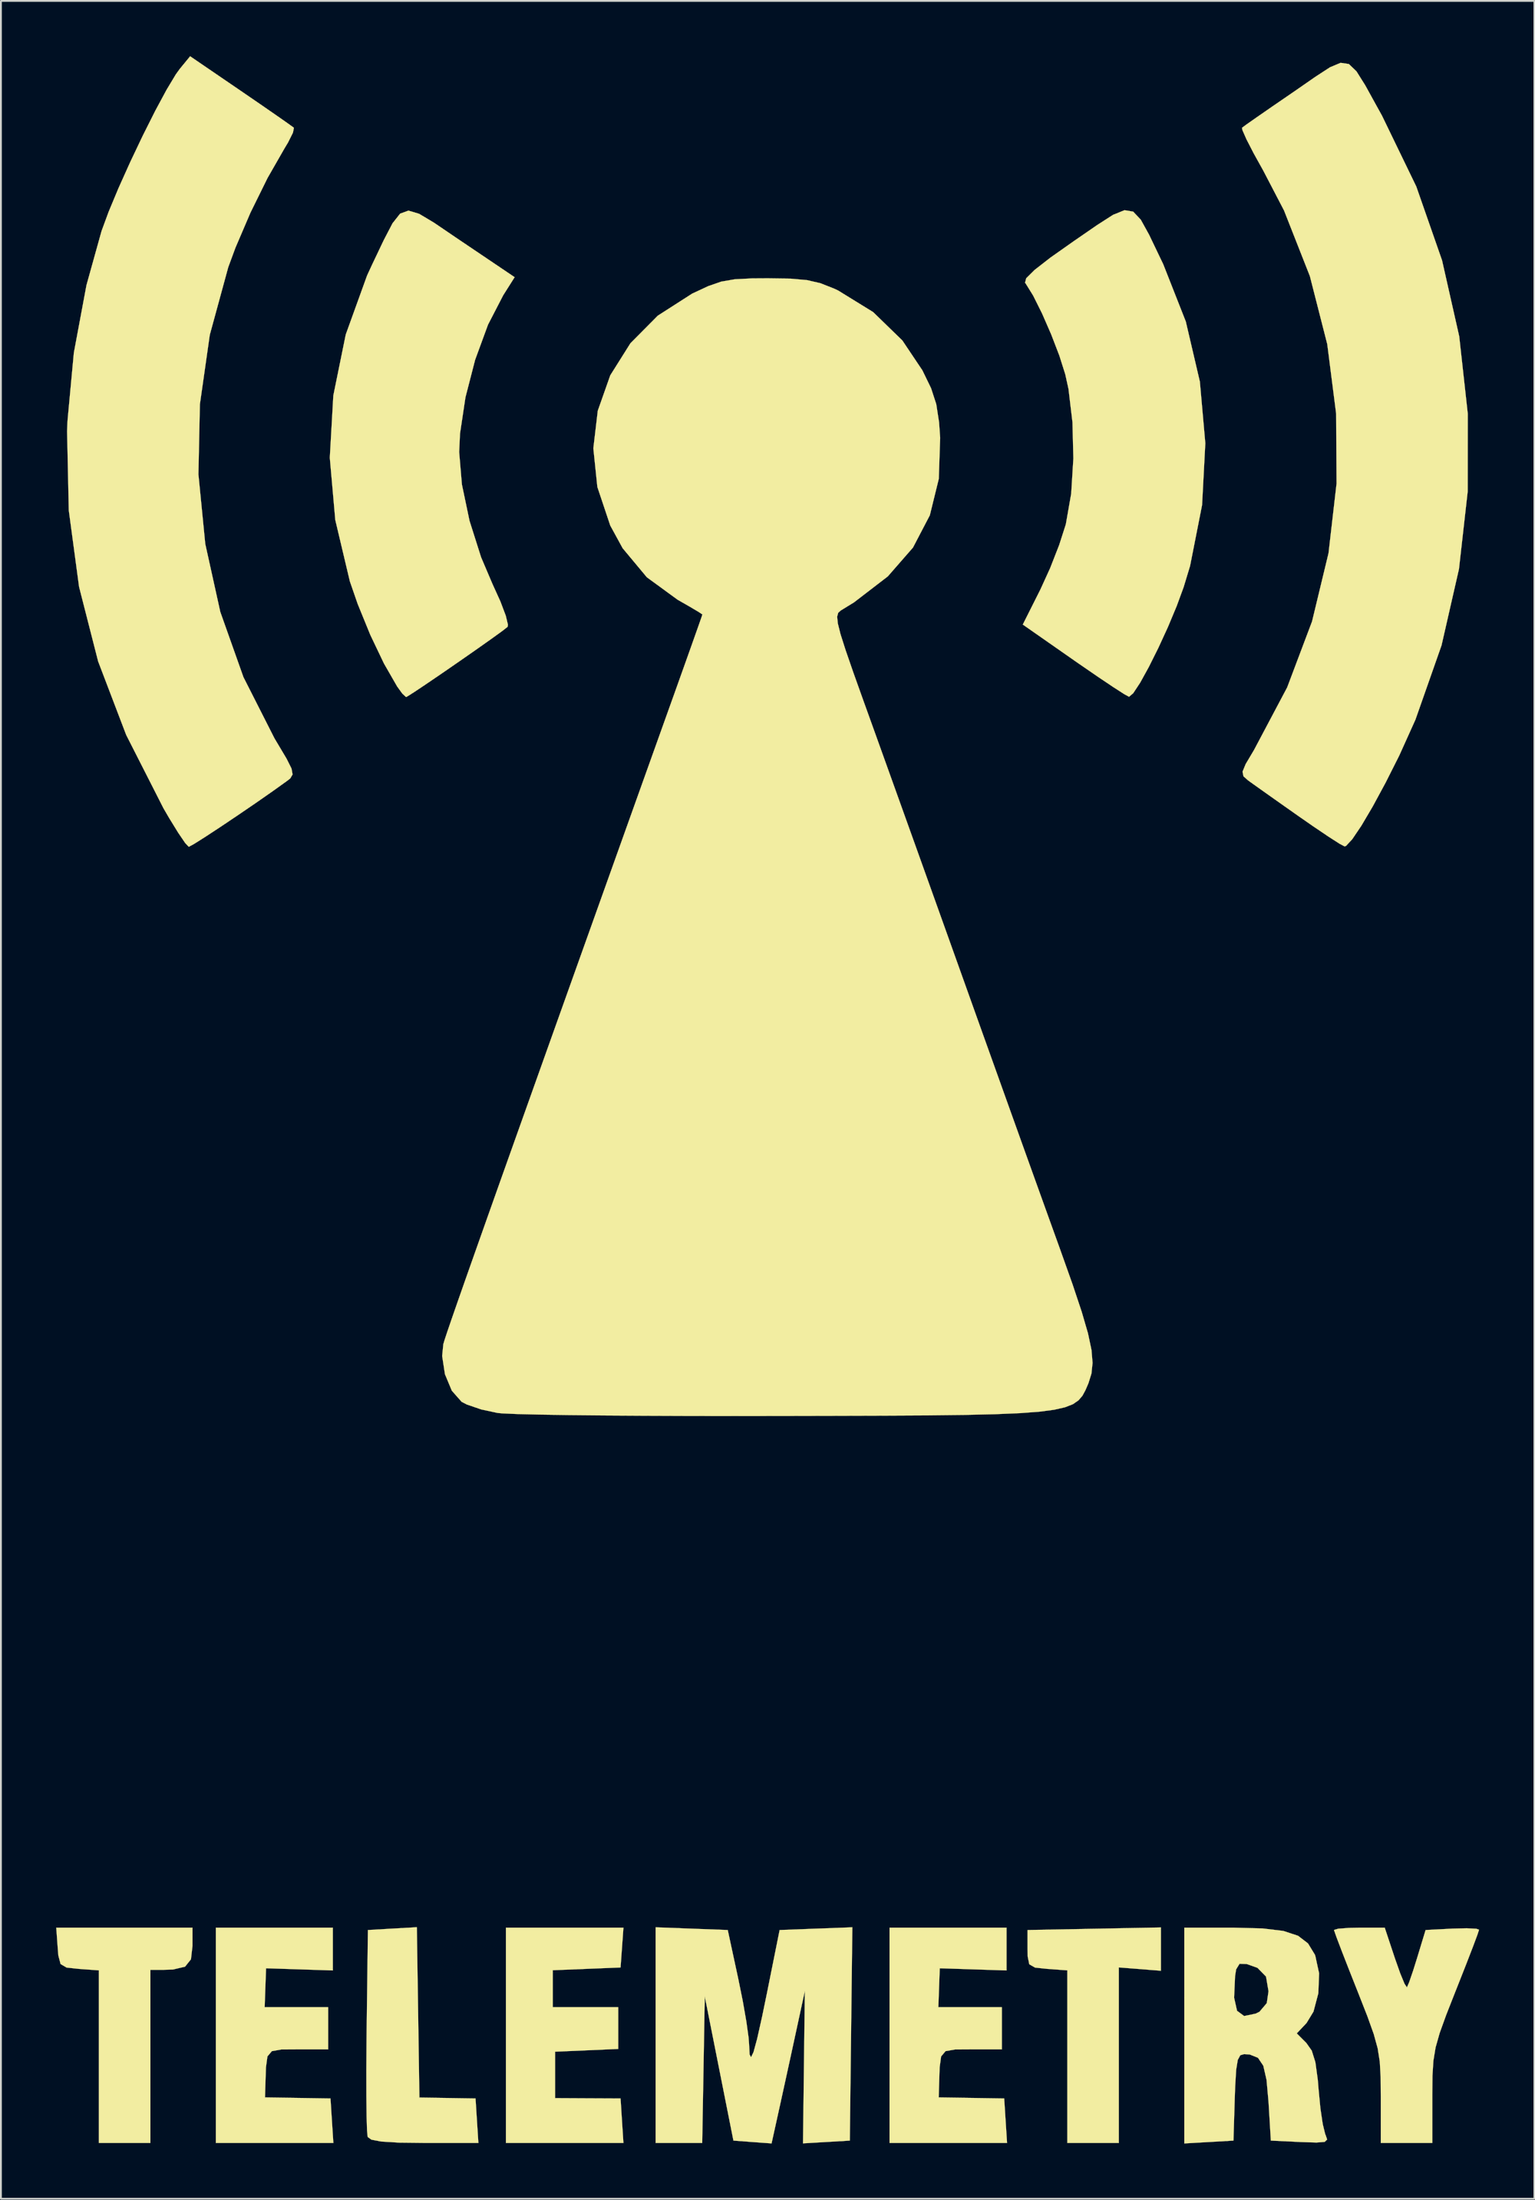
<source format=kicad_pcb>
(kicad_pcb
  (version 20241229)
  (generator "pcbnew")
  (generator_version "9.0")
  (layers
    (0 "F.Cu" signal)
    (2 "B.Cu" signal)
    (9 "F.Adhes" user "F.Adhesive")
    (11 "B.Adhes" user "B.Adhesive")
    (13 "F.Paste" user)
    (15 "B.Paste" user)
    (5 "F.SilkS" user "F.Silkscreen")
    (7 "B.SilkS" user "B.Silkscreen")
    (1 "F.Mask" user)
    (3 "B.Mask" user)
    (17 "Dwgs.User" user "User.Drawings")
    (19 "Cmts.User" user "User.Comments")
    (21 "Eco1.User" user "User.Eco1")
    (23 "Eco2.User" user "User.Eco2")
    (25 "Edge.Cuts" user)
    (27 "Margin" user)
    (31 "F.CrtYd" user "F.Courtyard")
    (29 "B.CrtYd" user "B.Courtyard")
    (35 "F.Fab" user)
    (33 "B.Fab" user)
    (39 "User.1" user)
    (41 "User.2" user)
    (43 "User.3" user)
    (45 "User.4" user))
  (footprint "Telemetry_pic"
    (layer "F.Cu")
    (at 38.642 55.109)
    (property "Reference" "Telemetry_pic" (at 0 0 0) (layer "F.SilkS") (effects (font (size 1.524 1.524) (thickness 0.3))))
    (attr through_hole)
    (fp_poly (pts (xy 21.336 48.819) (xy 20.193 48.728) (xy 19.05 48.637) (xy 19.05 58.166) (xy 16.256 58.166) (xy 16.256 48.797) (xy 15.177 48.719) (xy 14.5 48.647) (xy 14.189 48.468) (xy 14.101 48.036) (xy 14.097 47.625) (xy 14.097 46.609) (xy 21.336 46.468) (xy 21.336 48.819)) (stroke (width 0.01) (type solid)) (fill yes) (layer "F.SilkS"))
    (fp_poly (pts (xy -31.242 47.471) (xy -31.325 48.198) (xy -31.644 48.596) (xy -32.303 48.753) (xy -32.787 48.768) (xy -33.528 48.768) (xy -33.528 58.166) (xy -36.322 58.166) (xy -36.322 48.797) (xy -37.401 48.719) (xy -38.08 48.645) (xy -38.403 48.454) (xy -38.524 47.992) (xy -38.559 47.562) (xy -38.637 46.482) (xy -31.242 46.482) (xy -31.242 47.471)) (stroke (width 0.01) (type solid)) (fill yes) (layer "F.SilkS"))
    (fp_poly (pts (xy -8.001 48.641) (xy -9.842 48.716) (xy -11.684 48.79) (xy -11.684 50.8) (xy -8.128 50.8) (xy -8.128 53.063) (xy -9.842 53.138) (xy -11.557 53.213) (xy -11.557 55.732) (xy -9.779 55.743) (xy -8.001 55.753) (xy -7.924 56.959) (xy -7.846 58.166) (xy -14.224 58.166) (xy -14.224 46.482) (xy -7.845 46.482) (xy -8.001 48.641)) (stroke (width 0.01) (type solid)) (fill yes) (layer "F.SilkS"))
    (fp_poly (pts (xy -18.992 51.078) (xy -18.923 55.701) (xy -15.875 55.753) (xy -15.798 56.959) (xy -15.72 58.166) (xy -18.663 58.166) (xy -20.048 58.148) (xy -20.984 58.091) (xy -21.526 57.989) (xy -21.73 57.842) (xy -21.764 57.502) (xy -21.788 56.732) (xy -21.801 55.614) (xy -21.803 54.225) (xy -21.792 52.646) (xy -21.786 52.064) (xy -21.717 46.609) (xy -20.389 46.532) (xy -19.062 46.456) (xy -18.992 51.078)) (stroke (width 0.01) (type solid)) (fill yes) (layer "F.SilkS"))
    (fp_poly (pts (xy -23.622 48.802) (xy -25.435 48.743) (xy -27.248 48.684) (xy -27.286 49.742) (xy -27.324 50.8) (xy -23.876 50.8) (xy -23.876 53.086) (xy -25.527 53.086) (xy -26.42 53.092) (xy -26.932 53.183) (xy -27.173 53.47) (xy -27.254 54.064) (xy -27.279 54.834) (xy -27.305 55.693) (xy -23.749 55.753) (xy -23.672 56.959) (xy -23.594 58.166) (xy -29.972 58.166) (xy -29.972 46.482) (xy -23.622 46.482) (xy -23.622 48.802)) (stroke (width 0.01) (type solid)) (fill yes) (layer "F.SilkS"))
    (fp_poly (pts (xy 12.954 48.802) (xy 11.141 48.743) (xy 9.328 48.684) (xy 9.29 49.742) (xy 9.252 50.8) (xy 12.7 50.8) (xy 12.7 53.086) (xy 11.049 53.086) (xy 10.156 53.092) (xy 9.644 53.183) (xy 9.403 53.47) (xy 9.322 54.064) (xy 9.297 54.834) (xy 9.271 55.693) (xy 12.827 55.753) (xy 12.904 56.959) (xy 12.982 58.166) (xy 6.604 58.166) (xy 6.604 46.482) (xy 12.954 46.482) (xy 12.954 48.802)) (stroke (width 0.01) (type solid)) (fill yes) (layer "F.SilkS"))
    (fp_poly (pts (xy 4.445 58.039) (xy 3.175 58.114) (xy 1.905 58.189) (xy 1.955 54.05) (xy 2.005 49.911) (xy 1.51 52.197) (xy 1.225 53.513) (xy 0.918 54.918) (xy 0.649 56.145) (xy 0.606 56.338) (xy 0.197 58.192) (xy -0.838 58.116) (xy -1.873 58.039) (xy -2.651 54.123) (xy -3.429 50.207) (xy -3.499 54.187) (xy -3.569 58.166) (xy -6.096 58.166) (xy -6.096 46.461) (xy -4.139 46.535) (xy -2.182 46.609) (xy -1.607 49.276) (xy -1.364 50.476) (xy -1.171 51.582) (xy -1.051 52.443) (xy -1.024 52.811) (xy -0.995 53.366) (xy -0.916 53.514) (xy -0.782 53.234) (xy -0.584 52.508) (xy -0.317 51.315) (xy -0.046 50) (xy 0.635 46.609) (xy 4.582 46.46) (xy 4.445 58.039)) (stroke (width 0.01) (type solid)) (fill yes) (layer "F.SilkS"))
    (fp_poly (pts (xy -18.936 -46.552) (xy -18.126 -46.068) (xy -16.994 -45.299) (xy -16.691 -45.094) (xy -13.752 -43.112) (xy -14.374 -42.128) (xy -15.197 -40.535) (xy -15.897 -38.627) (xy -16.422 -36.592) (xy -16.718 -34.619) (xy -16.764 -33.622) (xy -16.615 -31.86) (xy -16.202 -29.891) (xy -15.573 -27.909) (xy -14.953 -26.454) (xy -14.524 -25.509) (xy -14.232 -24.735) (xy -14.114 -24.241) (xy -14.135 -24.132) (xy -14.438 -23.896) (xy -15.041 -23.461) (xy -15.848 -22.891) (xy -16.764 -22.253) (xy -17.691 -21.613) (xy -18.535 -21.039) (xy -19.199 -20.595) (xy -19.587 -20.349) (xy -19.647 -20.32) (xy -19.848 -20.507) (xy -20.128 -20.892) (xy -20.845 -22.14) (xy -21.588 -23.697) (xy -22.273 -25.375) (xy -22.697 -26.601) (xy -23.488 -29.934) (xy -23.786 -33.313) (xy -23.595 -36.687) (xy -22.92 -40.001) (xy -21.763 -43.203) (xy -21.487 -43.8) (xy -20.856 -45.126) (xy -20.381 -46.039) (xy -19.967 -46.563) (xy -19.517 -46.726) (xy -18.936 -46.552)) (stroke (width 0.01) (type solid)) (fill yes) (layer "F.SilkS"))
    (fp_poly (pts (xy 34.041 48.149) (xy 34.328 48.96) (xy 34.56 49.522) (xy 34.689 49.722) (xy 34.693 49.719) (xy 34.813 49.443) (xy 35.026 48.823) (xy 35.248 48.116) (xy 35.706 46.609) (xy 37.157 46.533) (xy 37.938 46.513) (xy 38.465 46.541) (xy 38.608 46.592) (xy 38.519 46.865) (xy 38.275 47.519) (xy 37.91 48.462) (xy 37.46 49.604) (xy 37.338 49.911) (xy 36.823 51.22) (xy 36.47 52.198) (xy 36.248 52.982) (xy 36.128 53.71) (xy 36.078 54.522) (xy 36.068 55.554) (xy 36.068 55.63) (xy 36.068 58.166) (xy 33.274 58.166) (xy 33.274 55.63) (xy 33.265 54.579) (xy 33.219 53.758) (xy 33.104 53.028) (xy 32.89 52.252) (xy 32.546 51.291) (xy 32.042 50.007) (xy 32.004 49.911) (xy 31.538 48.734) (xy 31.149 47.736) (xy 30.871 47.004) (xy 30.74 46.632) (xy 30.734 46.605) (xy 30.964 46.537) (xy 31.555 46.493) (xy 32.11 46.482) (xy 33.487 46.482) (xy 34.041 48.149)) (stroke (width 0.01) (type solid)) (fill yes) (layer "F.SilkS"))
    (fp_poly (pts (xy 19.829 -46.671) (xy 20.241 -46.236) (xy 20.693 -45.42) (xy 21.279 -44.196) (xy 21.462 -43.815) (xy 22.687 -40.704) (xy 23.45 -37.442) (xy 23.746 -34.099) (xy 23.57 -30.743) (xy 22.919 -27.442) (xy 22.571 -26.293) (xy 22.192 -25.26) (xy 21.719 -24.128) (xy 21.198 -22.994) (xy 20.678 -21.952) (xy 20.207 -21.098) (xy 19.831 -20.528) (xy 19.604 -20.336) (xy 19.343 -20.48) (xy 18.749 -20.862) (xy 17.904 -21.429) (xy 16.89 -22.126) (xy 16.634 -22.304) (xy 13.837 -24.257) (xy 14.794 -26.162) (xy 15.323 -27.322) (xy 15.813 -28.576) (xy 16.162 -29.663) (xy 16.177 -29.718) (xy 16.465 -31.361) (xy 16.583 -33.272) (xy 16.535 -35.236) (xy 16.319 -37.044) (xy 16.143 -37.842) (xy 15.822 -38.855) (xy 15.38 -40.005) (xy 14.884 -41.142) (xy 14.4 -42.113) (xy 13.994 -42.768) (xy 13.959 -42.813) (xy 14.024 -43.057) (xy 14.476 -43.505) (xy 15.333 -44.172) (xy 16.614 -45.075) (xy 16.661 -45.107) (xy 17.872 -45.942) (xy 18.739 -46.498) (xy 19.36 -46.749) (xy 19.829 -46.671)) (stroke (width 0.01) (type solid)) (fill yes) (layer "F.SilkS"))
    (fp_poly (pts (xy 31.54 -54.683) (xy 31.953 -54.286) (xy 32.428 -53.529) (xy 33.058 -52.386) (xy 33.337 -51.882) (xy 35.2 -48.035) (xy 36.599 -44.026) (xy 37.531 -39.9) (xy 37.995 -35.702) (xy 37.991 -31.477) (xy 37.517 -27.27) (xy 36.571 -23.127) (xy 35.153 -19.092) (xy 34.275 -17.145) (xy 33.533 -15.672) (xy 32.835 -14.382) (xy 32.219 -13.337) (xy 31.722 -12.602) (xy 31.385 -12.24) (xy 31.305 -12.214) (xy 31.032 -12.36) (xy 30.438 -12.741) (xy 29.616 -13.296) (xy 28.829 -13.842) (xy 27.848 -14.533) (xy 26.981 -15.146) (xy 26.339 -15.602) (xy 26.067 -15.798) (xy 25.819 -16.018) (xy 25.767 -16.269) (xy 25.936 -16.681) (xy 26.353 -17.384) (xy 26.384 -17.435) (xy 28.191 -20.845) (xy 29.542 -24.427) (xy 30.436 -28.132) (xy 30.872 -31.908) (xy 30.849 -35.706) (xy 30.367 -39.477) (xy 29.424 -43.168) (xy 28.021 -46.732) (xy 26.896 -48.893) (xy 26.374 -49.833) (xy 25.979 -50.6) (xy 25.762 -51.094) (xy 25.739 -51.224) (xy 25.98 -51.402) (xy 26.56 -51.808) (xy 27.396 -52.387) (xy 28.406 -53.079) (xy 28.611 -53.22) (xy 29.723 -53.991) (xy 30.519 -54.509) (xy 31.093 -54.749) (xy 31.54 -54.683)) (stroke (width 0.01) (type solid)) (fill yes) (layer "F.SilkS"))
    (fp_poly (pts (xy -28.611 -53.221) (xy -27.577 -52.512) (xy -26.701 -51.906) (xy -26.065 -51.461) (xy -25.751 -51.234) (xy -25.735 -51.22) (xy -25.788 -50.956) (xy -26.055 -50.423) (xy -26.242 -50.112) (xy -27.166 -48.499) (xy -28.092 -46.621) (xy -28.911 -44.709) (xy -29.301 -43.652) (xy -30.303 -39.981) (xy -30.84 -36.214) (xy -30.92 -32.41) (xy -30.548 -28.633) (xy -29.732 -24.943) (xy -28.476 -21.403) (xy -26.788 -18.074) (xy -26.646 -17.837) (xy -26.135 -16.978) (xy -25.866 -16.442) (xy -25.807 -16.121) (xy -25.931 -15.909) (xy -26.077 -15.791) (xy -26.867 -15.225) (xy -27.803 -14.572) (xy -28.794 -13.896) (xy -29.747 -13.257) (xy -30.567 -12.719) (xy -31.162 -12.344) (xy -31.44 -12.193) (xy -31.445 -12.193) (xy -31.639 -12.399) (xy -32.016 -12.954) (xy -32.511 -13.758) (xy -32.819 -14.288) (xy -34.84 -18.263) (xy -36.363 -22.255) (xy -37.399 -26.306) (xy -37.957 -30.455) (xy -38.049 -34.745) (xy -38.027 -35.306) (xy -37.682 -39.008) (xy -36.997 -42.68) (xy -36.178 -45.619) (xy -35.791 -46.67) (xy -35.255 -47.954) (xy -34.62 -49.366) (xy -33.94 -50.796) (xy -33.266 -52.138) (xy -32.649 -53.284) (xy -32.143 -54.127) (xy -31.926 -54.426) (xy -31.369 -55.104) (xy -28.611 -53.221)) (stroke (width 0.01) (type solid)) (fill yes) (layer "F.SilkS"))
    (fp_poly (pts (xy 26.845 46.521) (xy 27.983 46.658) (xy 28.781 46.921) (xy 29.322 47.336) (xy 29.687 47.934) (xy 29.715 47.998) (xy 29.923 48.958) (xy 29.882 50.041) (xy 29.619 51.037) (xy 29.244 51.653) (xy 28.711 52.22) (xy 29.231 52.74) (xy 29.525 53.157) (xy 29.721 53.781) (xy 29.852 54.738) (xy 29.896 55.269) (xy 29.994 56.284) (xy 30.121 57.141) (xy 30.253 57.682) (xy 30.276 57.734) (xy 30.361 57.98) (xy 30.228 58.108) (xy 29.782 58.144) (xy 28.927 58.116) (xy 28.908 58.115) (xy 27.305 58.039) (xy 27.178 55.934) (xy 27.071 54.743) (xy 26.895 53.975) (xy 26.606 53.544) (xy 26.16 53.365) (xy 25.854 53.344) (xy 25.645 53.406) (xy 25.508 53.659) (xy 25.421 54.194) (xy 25.367 55.102) (xy 25.346 55.69) (xy 25.273 58.039) (xy 23.939 58.116) (xy 22.606 58.193) (xy 22.606 50.279) (xy 25.309 50.279) (xy 25.469 50.993) (xy 25.854 51.277) (xy 26.477 51.148) (xy 26.687 51.045) (xy 27.083 50.577) (xy 27.178 49.933) (xy 27.043 49.136) (xy 26.576 48.66) (xy 25.996 48.454) (xy 25.604 48.441) (xy 25.419 48.744) (xy 25.361 49.116) (xy 25.309 50.279) (xy 22.606 50.279) (xy 22.606 46.482) (xy 25.286 46.482) (xy 26.845 46.521)) (stroke (width 0.01) (type solid)) (fill yes) (layer "F.SilkS"))
    (fp_poly (pts (xy 1.228 -43.033) (xy 2.124 -42.953) (xy 2.852 -42.784) (xy 3.583 -42.496) (xy 3.81 -42.39) (xy 5.713 -41.217) (xy 7.299 -39.676) (xy 8.386 -38.055) (xy 8.858 -37.083) (xy 9.139 -36.22) (xy 9.291 -35.235) (xy 9.35 -34.394) (xy 9.275 -32.163) (xy 8.79 -30.189) (xy 7.875 -28.437) (xy 6.51 -26.873) (xy 4.674 -25.462) (xy 3.949 -25.017) (xy 3.815 -24.895) (xy 3.757 -24.684) (xy 3.794 -24.319) (xy 3.939 -23.74) (xy 4.212 -22.882) (xy 4.626 -21.683) (xy 5.199 -20.079) (xy 5.296 -19.81) (xy 5.791 -18.435) (xy 6.425 -16.669) (xy 7.167 -14.601) (xy 7.986 -12.318) (xy 8.849 -9.908) (xy 9.725 -7.46) (xy 10.583 -5.06) (xy 10.667 -4.826) (xy 11.511 -2.464) (xy 12.369 -0.069) (xy 13.209 2.277) (xy 14.003 4.491) (xy 14.72 6.487) (xy 15.331 8.185) (xy 15.805 9.499) (xy 15.86 9.652) (xy 16.536 11.552) (xy 17.036 13.051) (xy 17.375 14.216) (xy 17.566 15.118) (xy 17.624 15.824) (xy 17.564 16.404) (xy 17.401 16.926) (xy 17.388 16.957) (xy 17.238 17.305) (xy 17.077 17.603) (xy 16.864 17.853) (xy 16.562 18.062) (xy 16.132 18.231) (xy 15.534 18.367) (xy 14.73 18.472) (xy 13.681 18.551) (xy 12.348 18.607) (xy 10.692 18.646) (xy 8.675 18.672) (xy 6.257 18.687) (xy 3.399 18.697) (xy 0.889 18.703) (xy -1.797 18.707) (xy -4.365 18.703) (xy -6.764 18.692) (xy -8.943 18.676) (xy -10.849 18.655) (xy -12.433 18.628) (xy -13.642 18.598) (xy -14.426 18.563) (xy -14.671 18.541) (xy -15.57 18.348) (xy -16.351 18.08) (xy -16.63 17.935) (xy -17.161 17.334) (xy -17.535 16.437) (xy -17.686 15.45) (xy -17.623 14.805) (xy -17.557 14.584) (xy -17.412 14.145) (xy -17.181 13.47) (xy -16.858 12.541) (xy -16.437 11.34) (xy -15.91 9.847) (xy -15.272 8.044) (xy -14.516 5.914) (xy -13.634 3.437) (xy -12.621 0.595) (xy -11.471 -2.629) (xy -10.176 -6.255) (xy -8.73 -10.302) (xy -7.127 -14.786) (xy -5.359 -19.728) (xy -5.056 -20.574) (xy -4.571 -21.933) (xy -4.151 -23.113) (xy -3.824 -24.036) (xy -3.617 -24.624) (xy -3.557 -24.804) (xy -3.758 -24.939) (xy -4.283 -25.249) (xy -4.905 -25.605) (xy -6.574 -26.824) (xy -7.887 -28.4) (xy -8.56 -29.632) (xy -9.26 -31.725) (xy -9.478 -33.823) (xy -9.237 -35.864) (xy -8.559 -37.786) (xy -7.465 -39.526) (xy -5.979 -41.024) (xy -4.122 -42.215) (xy -4.069 -42.241) (xy -3.234 -42.63) (xy -2.538 -42.871) (xy -1.805 -42.998) (xy -0.86 -43.047) (xy -0.005 -43.053) (xy 1.228 -43.033)) (stroke (width 0.01) (type solid)) (fill yes) (layer "F.SilkS")))
  (gr_rect
    (start -3 -3)
    (end 80.255 116.306)
    (stroke (width 0.1) (type default))
    (fill no)
    (layer "Edge.Cuts")))
</source>
